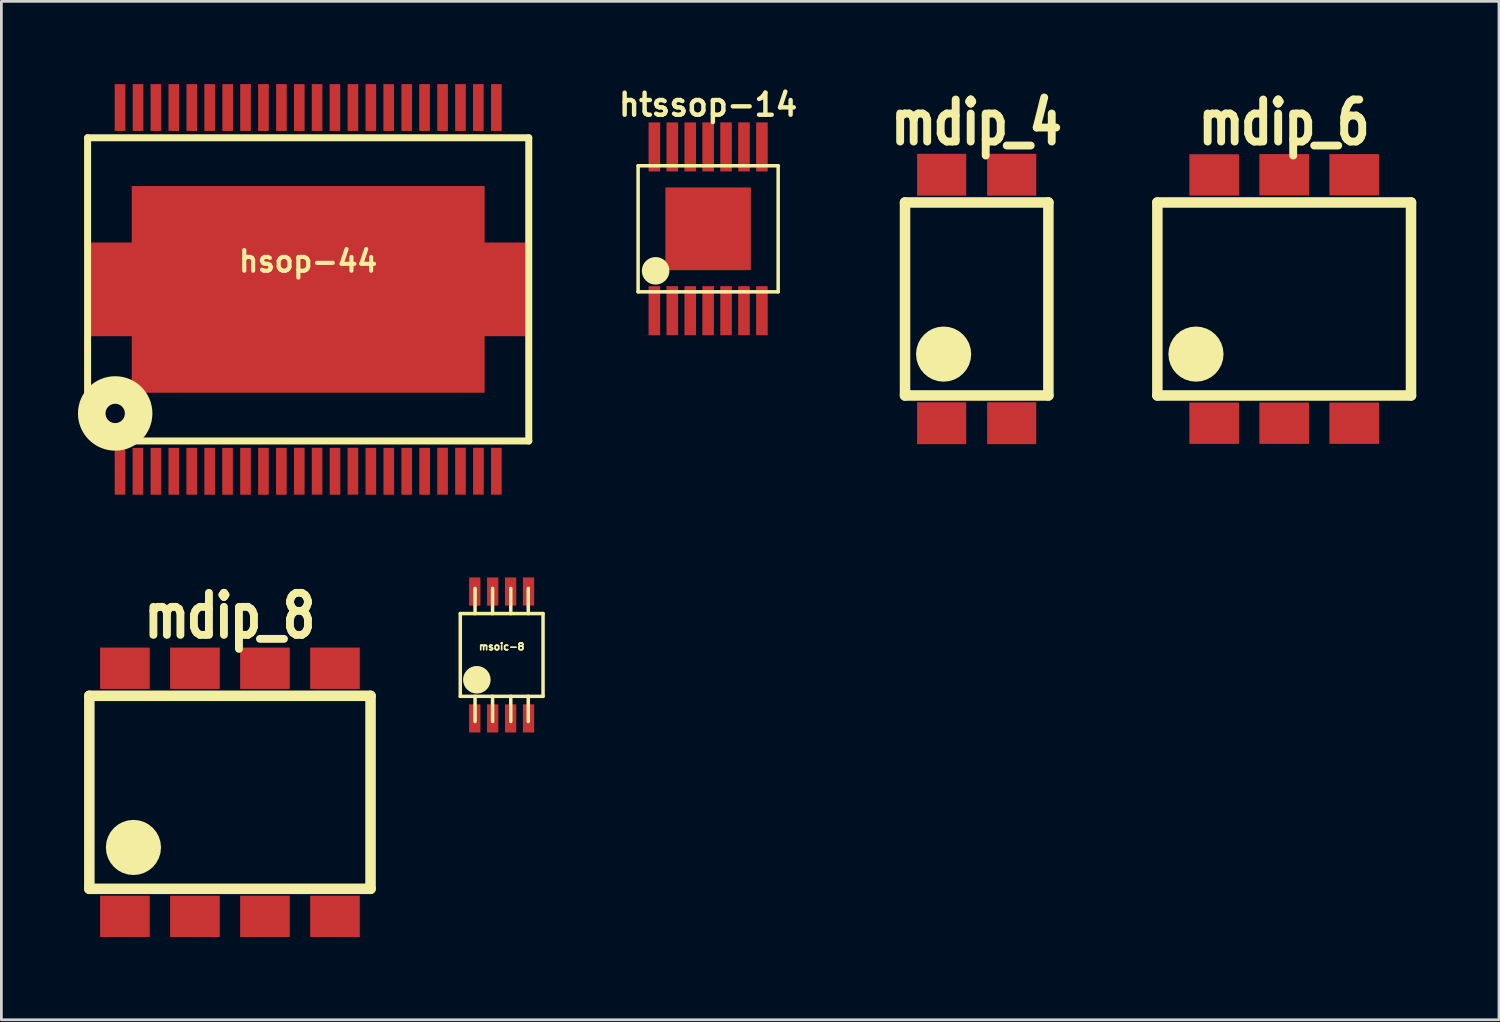
<source format=kicad_pcb>
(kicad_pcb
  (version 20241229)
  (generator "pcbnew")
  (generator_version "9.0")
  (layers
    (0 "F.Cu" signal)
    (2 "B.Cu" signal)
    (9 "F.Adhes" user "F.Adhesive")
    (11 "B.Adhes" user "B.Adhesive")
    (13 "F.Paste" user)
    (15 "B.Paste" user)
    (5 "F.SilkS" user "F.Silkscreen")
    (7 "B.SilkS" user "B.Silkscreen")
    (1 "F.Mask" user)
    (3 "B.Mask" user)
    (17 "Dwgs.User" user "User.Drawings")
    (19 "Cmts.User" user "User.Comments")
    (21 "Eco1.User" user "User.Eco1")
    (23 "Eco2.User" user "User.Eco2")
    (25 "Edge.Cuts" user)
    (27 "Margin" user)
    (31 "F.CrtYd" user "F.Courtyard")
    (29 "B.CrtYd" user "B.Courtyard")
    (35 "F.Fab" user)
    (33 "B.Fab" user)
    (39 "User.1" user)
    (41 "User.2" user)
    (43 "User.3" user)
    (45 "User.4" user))
  (footprint "mdip_8"
    (layer "F.Cu")
    (at 5.29 25.688)
    (property "Reference" "mdip_8" (at 0 -6.401 0) (layer "F.SilkS") (effects (font (size 1.524 1.143) (thickness 0.287))))
    (attr through_hole)
    (fp_line (start -5.1 -3.5) (end -5.1 3.5) (stroke (width 0.381) (type solid)) (layer "F.SilkS"))
    (fp_line (start -5.1 3.5) (end 5.1 3.5) (stroke (width 0.381) (type solid)) (layer "F.SilkS"))
    (fp_line (start 5.1 -3.5) (end -5.1 -3.5) (stroke (width 0.381) (type solid)) (layer "F.SilkS"))
    (fp_line (start 5.1 3.5) (end 5.1 -3.5) (stroke (width 0.381) (type solid)) (layer "F.SilkS"))
    (fp_circle (center -3.5 2) (end -3 2) (stroke (width 1) (type solid)) (fill no) (layer "F.SilkS"))
    (pad "1" smd rect (at -3.81 4.5) (size 1.8 1.5) (layers "F.Cu" "F.Mask" "F.Paste"))
    (pad "2" smd rect (at -1.27 4.5) (size 1.8 1.5) (layers "F.Cu" "F.Mask" "F.Paste"))
    (pad "3" smd rect (at 1.27 4.5) (size 1.8 1.5) (layers "F.Cu" "F.Mask" "F.Paste"))
    (pad "4" smd rect (at 3.81 4.5) (size 1.8 1.5) (layers "F.Cu" "F.Mask" "F.Paste"))
    (pad "5" smd rect (at 3.81 -4.5) (size 1.8 1.5) (layers "F.Cu" "F.Mask" "F.Paste"))
    (pad "6" smd rect (at 1.27 -4.5) (size 1.8 1.5) (layers "F.Cu" "F.Mask" "F.Paste"))
    (pad "7" smd rect (at -1.27 -4.5) (size 1.8 1.5) (layers "F.Cu" "F.Mask" "F.Paste"))
    (pad "8" smd rect (at -3.81 -4.5) (size 1.8 1.5) (layers "F.Cu" "F.Mask" "F.Paste")))
  (footprint "mdip_4"
    (layer "F.Cu")
    (at 32.376 7.794)
    (property "Reference" "mdip_4" (at 0 -6.401 0) (layer "F.SilkS") (effects (font (size 1.524 1.143) (thickness 0.287))))
    (attr through_hole)
    (fp_line (start -2.6 -3.5) (end -2.6 3.5) (stroke (width 0.381) (type solid)) (layer "F.SilkS"))
    (fp_line (start -2.6 3.5) (end 2.6 3.5) (stroke (width 0.381) (type solid)) (layer "F.SilkS"))
    (fp_line (start 2.6 -3.5) (end -2.6 -3.5) (stroke (width 0.381) (type solid)) (layer "F.SilkS"))
    (fp_line (start 2.6 3.5) (end 2.6 -3.5) (stroke (width 0.381) (type solid)) (layer "F.SilkS"))
    (fp_circle (center -1.2 2) (end -0.7 2) (stroke (width 1) (type solid)) (fill no) (layer "F.SilkS"))
    (pad "1" smd rect (at -1.27 4.506) (size 1.781 1.519) (layers "F.Cu" "F.Mask" "F.Paste"))
    (pad "2" smd rect (at 1.27 4.506) (size 1.781 1.519) (layers "F.Cu" "F.Mask" "F.Paste"))
    (pad "3" smd rect (at 1.27 -4.506) (size 1.781 1.519) (layers "F.Cu" "F.Mask" "F.Paste"))
    (pad "4" smd rect (at -1.27 -4.506) (size 1.781 1.519) (layers "F.Cu" "F.Mask" "F.Paste")))
  (footprint "htssop-14"
    (layer "F.Cu")
    (at 22.635 5.249)
    (property "Reference" "htssop-14" (at 0 -4.5 0) (layer "F.SilkS") (effects (font (size 0.8 0.8) (thickness 0.16))))
    (attr through_hole)
    (fp_line (start -2.54 -2.286) (end -2.54 2.286) (stroke (width 0.127) (type solid)) (layer "F.SilkS"))
    (fp_line (start -2.54 2.286) (end 2.54 2.286) (stroke (width 0.127) (type solid)) (layer "F.SilkS"))
    (fp_line (start 2.54 -2.286) (end -2.54 -2.286) (stroke (width 0.127) (type solid)) (layer "F.SilkS"))
    (fp_line (start 2.54 2.286) (end 2.54 -2.286) (stroke (width 0.127) (type solid)) (layer "F.SilkS"))
    (fp_circle (center -1.905 1.524) (end -1.655 1.524) (stroke (width 0.5) (type solid)) (fill no) (layer "F.SilkS"))
    (pad "1" smd rect (at -1.95 2.97) (size 0.42 1.78) (layers "F.Cu" "F.Mask" "F.Paste"))
    (pad "2" smd rect (at -1.3 2.97) (size 0.42 1.78) (layers "F.Cu" "F.Mask" "F.Paste"))
    (pad "3" smd rect (at -0.65 2.97) (size 0.42 1.78) (layers "F.Cu" "F.Mask" "F.Paste"))
    (pad "4" smd rect (at 0 2.97) (size 0.42 1.78) (layers "F.Cu" "F.Mask" "F.Paste"))
    (pad "5" smd rect (at 0.65 2.97) (size 0.42 1.78) (layers "F.Cu" "F.Mask" "F.Paste"))
    (pad "6" smd rect (at 1.3 2.97) (size 0.42 1.78) (layers "F.Cu" "F.Mask" "F.Paste"))
    (pad "7" smd rect (at 1.95 2.97) (size 0.42 1.78) (layers "F.Cu" "F.Mask" "F.Paste"))
    (pad "8" smd rect (at 1.95 -2.97) (size 0.42 1.78) (layers "F.Cu" "F.Mask" "F.Paste"))
    (pad "9" smd rect (at 1.3 -2.97) (size 0.42 1.78) (layers "F.Cu" "F.Mask" "F.Paste"))
    (pad "10" smd rect (at 0.65 -2.97) (size 0.42 1.78) (layers "F.Cu" "F.Mask" "F.Paste"))
    (pad "11" smd rect (at 0 -2.97) (size 0.42 1.78) (layers "F.Cu" "F.Mask" "F.Paste"))
    (pad "12" smd rect (at -0.65 -2.97) (size 0.42 1.78) (layers "F.Cu" "F.Mask" "F.Paste"))
    (pad "13" smd rect (at -1.3 -2.97) (size 0.42 1.78) (layers "F.Cu" "F.Mask" "F.Paste"))
    (pad "14" smd rect (at -1.95 -2.97) (size 0.42 1.78) (layers "F.Cu" "F.Mask" "F.Paste"))
    (pad "15" smd rect (at 0 0) (size 3.1 3) (layers "F.Cu" "F.Mask" "F.Paste")))
  (footprint "hsop-44"
    (layer "F.Cu")
    (at 8.128 7.446)
    (property "Reference" "hsop-44" (at 0 -1.016 0) (layer "F.SilkS") (effects (font (size 0.749 0.749) (thickness 0.15))))
    (attr through_hole)
    (fp_line (start -8.001 -5.499) (end -8.001 4.699) (stroke (width 0.254) (type solid)) (layer "F.SilkS"))
    (fp_line (start -8.001 -5.499) (end 8.001 -5.499) (stroke (width 0.254) (type solid)) (layer "F.SilkS"))
    (fp_line (start -7.201 5.499) (end -8.001 4.699) (stroke (width 0.254) (type solid)) (layer "F.SilkS"))
    (fp_line (start -7.201 5.499) (end 8.001 5.499) (stroke (width 0.254) (type solid)) (layer "F.SilkS"))
    (fp_line (start 8.001 5.499) (end 8.001 -5.499) (stroke (width 0.254) (type solid)) (layer "F.SilkS"))
    (fp_circle (center -7 4.5) (end -6.65 4.5) (stroke (width 1) (type solid)) (fill no) (layer "F.SilkS"))
    (pad "1" smd rect (at -6.825 6.596) (size 0.386 1.699) (layers "F.Cu" "F.Mask" "F.Paste"))
    (pad "2" smd rect (at -6.175 6.599) (size 0.386 1.699) (layers "F.Cu" "F.Mask" "F.Paste"))
    (pad "3" smd rect (at -5.524 6.599) (size 0.386 1.699) (layers "F.Cu" "F.Mask" "F.Paste"))
    (pad "4" smd rect (at -4.874 6.599) (size 0.386 1.699) (layers "F.Cu" "F.Mask" "F.Paste"))
    (pad "5" smd rect (at -4.224 6.599) (size 0.386 1.699) (layers "F.Cu" "F.Mask" "F.Paste"))
    (pad "6" smd rect (at -3.574 6.599) (size 0.386 1.699) (layers "F.Cu" "F.Mask" "F.Paste"))
    (pad "7" smd rect (at -2.924 6.599) (size 0.386 1.699) (layers "F.Cu" "F.Mask" "F.Paste"))
    (pad "8" smd rect (at -2.273 6.599) (size 0.386 1.699) (layers "F.Cu" "F.Mask" "F.Paste"))
    (pad "9" smd rect (at -1.623 6.599) (size 0.386 1.699) (layers "F.Cu" "F.Mask" "F.Paste"))
    (pad "10" smd rect (at -0.973 6.599) (size 0.386 1.699) (layers "F.Cu" "F.Mask" "F.Paste"))
    (pad "11" smd rect (at -0.323 6.596) (size 0.386 1.699) (layers "F.Cu" "F.Mask" "F.Paste"))
    (pad "12" smd rect (at 0.323 6.596) (size 0.386 1.699) (layers "F.Cu" "F.Mask" "F.Paste"))
    (pad "13" smd rect (at 0.973 6.599) (size 0.386 1.699) (layers "F.Cu" "F.Mask" "F.Paste"))
    (pad "14" smd rect (at 1.623 6.596) (size 0.386 1.699) (layers "F.Cu" "F.Mask" "F.Paste"))
    (pad "15" smd rect (at 2.273 6.599) (size 0.386 1.699) (layers "F.Cu" "F.Mask" "F.Paste"))
    (pad "16" smd rect (at 2.924 6.599) (size 0.386 1.699) (layers "F.Cu" "F.Mask" "F.Paste"))
    (pad "17" smd rect (at 3.574 6.599) (size 0.386 1.699) (layers "F.Cu" "F.Mask" "F.Paste"))
    (pad "18" smd rect (at 4.224 6.599) (size 0.386 1.699) (layers "F.Cu" "F.Mask" "F.Paste"))
    (pad "19" smd rect (at 4.874 6.596) (size 0.386 1.699) (layers "F.Cu" "F.Mask" "F.Paste"))
    (pad "20" smd rect (at 5.524 6.596) (size 0.386 1.699) (layers "F.Cu" "F.Mask" "F.Paste"))
    (pad "21" smd rect (at 6.175 6.596) (size 0.386 1.699) (layers "F.Cu" "F.Mask" "F.Paste"))
    (pad "22" smd rect (at 6.825 6.596) (size 0.386 1.699) (layers "F.Cu" "F.Mask" "F.Paste"))
    (pad "23" smd rect (at 6.825 -6.596) (size 0.386 1.699) (layers "F.Cu" "F.Mask" "F.Paste"))
    (pad "24" smd rect (at 6.172 -6.596) (size 0.386 1.699) (layers "F.Cu" "F.Mask" "F.Paste"))
    (pad "25" smd rect (at 5.524 -6.596) (size 0.386 1.699) (layers "F.Cu" "F.Mask" "F.Paste"))
    (pad "26" smd rect (at 4.874 -6.596) (size 0.386 1.699) (layers "F.Cu" "F.Mask" "F.Paste"))
    (pad "27" smd rect (at 4.221 -6.596) (size 0.386 1.699) (layers "F.Cu" "F.Mask" "F.Paste"))
    (pad "28" smd rect (at 3.574 -6.596) (size 0.386 1.699) (layers "F.Cu" "F.Mask" "F.Paste"))
    (pad "29" smd rect (at 2.921 -6.596) (size 0.386 1.699) (layers "F.Cu" "F.Mask" "F.Paste"))
    (pad "30" smd rect (at 2.273 -6.596) (size 0.386 1.699) (layers "F.Cu" "F.Mask" "F.Paste"))
    (pad "31" smd rect (at 1.623 -6.596) (size 0.386 1.699) (layers "F.Cu" "F.Mask" "F.Paste"))
    (pad "32" smd rect (at 0.97 -6.596) (size 0.386 1.699) (layers "F.Cu" "F.Mask" "F.Paste"))
    (pad "33" smd rect (at 0.323 -6.596) (size 0.386 1.699) (layers "F.Cu" "F.Mask" "F.Paste"))
    (pad "34" smd rect (at -0.323 -6.596) (size 0.386 1.699) (layers "F.Cu" "F.Mask" "F.Paste"))
    (pad "35" smd rect (at -0.97 -6.596) (size 0.386 1.699) (layers "F.Cu" "F.Mask" "F.Paste"))
    (pad "36" smd rect (at -1.623 -6.596) (size 0.386 1.699) (layers "F.Cu" "F.Mask" "F.Paste"))
    (pad "37" smd rect (at -2.273 -6.596) (size 0.386 1.699) (layers "F.Cu" "F.Mask" "F.Paste"))
    (pad "38" smd rect (at -2.921 -6.596) (size 0.386 1.699) (layers "F.Cu" "F.Mask" "F.Paste"))
    (pad "39" smd rect (at -3.574 -6.596) (size 0.386 1.699) (layers "F.Cu" "F.Mask" "F.Paste"))
    (pad "40" smd rect (at -4.221 -6.596) (size 0.386 1.699) (layers "F.Cu" "F.Mask" "F.Paste"))
    (pad "41" smd rect (at -4.874 -6.596) (size 0.386 1.699) (layers "F.Cu" "F.Mask" "F.Paste"))
    (pad "42" smd rect (at -5.524 -6.596) (size 0.386 1.699) (layers "F.Cu" "F.Mask" "F.Paste"))
    (pad "43" smd rect (at -6.172 -6.596) (size 0.386 1.699) (layers "F.Cu" "F.Mask" "F.Paste"))
    (pad "44" smd rect (at -6.825 -6.596) (size 0.386 1.699) (layers "F.Cu" "F.Mask" "F.Paste"))
    (pad "45" smd rect (at 0 0) (size 12.799 7.498) (layers "F.Cu" "F.Mask" "F.Paste"))
    (pad "45" smd rect (at 0 0) (size 16.099 3.399) (layers "F.Cu" "F.Mask" "F.Paste")))
  (footprint "mdip_6"
    (layer "F.Cu")
    (at 43.529 7.794)
    (property "Reference" "mdip_6" (at 0 -6.401 0) (layer "F.SilkS") (effects (font (size 1.524 1.143) (thickness 0.287))))
    (attr through_hole)
    (fp_line (start -4.6 -3.5) (end -4.6 3.5) (stroke (width 0.381) (type solid)) (layer "F.SilkS"))
    (fp_line (start -4.6 3.5) (end 4.6 3.5) (stroke (width 0.381) (type solid)) (layer "F.SilkS"))
    (fp_line (start 4.6 -3.5) (end -4.6 -3.5) (stroke (width 0.381) (type solid)) (layer "F.SilkS"))
    (fp_line (start 4.6 3.5) (end 4.6 -3.5) (stroke (width 0.381) (type solid)) (layer "F.SilkS"))
    (fp_circle (center -3.2 2) (end -2.7 2) (stroke (width 1) (type solid)) (fill no) (layer "F.SilkS"))
    (pad "1" smd rect (at -2.54 4.506) (size 1.8 1.5) (layers "F.Cu" "F.Mask" "F.Paste"))
    (pad "2" smd rect (at 0 4.506) (size 1.8 1.5) (layers "F.Cu" "F.Mask" "F.Paste"))
    (pad "3" smd rect (at 2.54 4.506) (size 1.8 1.5) (layers "F.Cu" "F.Mask" "F.Paste"))
    (pad "4" smd rect (at 2.54 -4.506) (size 1.8 1.5) (layers "F.Cu" "F.Mask" "F.Paste"))
    (pad "5" smd rect (at 0 -4.506) (size 1.8 1.5) (layers "F.Cu" "F.Mask" "F.Paste"))
    (pad "6" smd rect (at -2.54 -4.5) (size 1.8 1.5) (layers "F.Cu" "F.Mask" "F.Paste")))
  (footprint "msoic-8"
    (layer "F.Cu")
    (at 15.146 20.706)
    (property "Reference" "msoic-8" (at 0 -0.3 0) (layer "F.SilkS") (effects (font (size 0.249 0.249) (thickness 0.061))))
    (attr through_hole)
    (fp_line (start -1.501 -1.501) (end -1.501 1.501) (stroke (width 0.127) (type solid)) (layer "F.SilkS"))
    (fp_line (start -1.501 1.501) (end 1.501 1.501) (stroke (width 0.127) (type solid)) (layer "F.SilkS"))
    (fp_line (start -0.965 -1.499) (end -0.965 -2.413) (stroke (width 0.127) (type solid)) (layer "F.SilkS"))
    (fp_line (start -0.965 1.499) (end -0.965 2.413) (stroke (width 0.127) (type solid)) (layer "F.SilkS"))
    (fp_line (start -0.33 -1.499) (end -0.33 -2.413) (stroke (width 0.127) (type solid)) (layer "F.SilkS"))
    (fp_line (start -0.33 1.499) (end -0.33 2.413) (stroke (width 0.127) (type solid)) (layer "F.SilkS"))
    (fp_line (start 0.33 -1.499) (end 0.33 -2.413) (stroke (width 0.127) (type solid)) (layer "F.SilkS"))
    (fp_line (start 0.33 1.499) (end 0.33 2.413) (stroke (width 0.127) (type solid)) (layer "F.SilkS"))
    (fp_line (start 0.965 -1.499) (end 0.965 -2.413) (stroke (width 0.127) (type solid)) (layer "F.SilkS"))
    (fp_line (start 0.965 1.499) (end 0.965 2.413) (stroke (width 0.127) (type solid)) (layer "F.SilkS"))
    (fp_line (start 1.501 -1.501) (end -1.501 -1.501) (stroke (width 0.127) (type solid)) (layer "F.SilkS"))
    (fp_line (start 1.501 1.501) (end 1.501 -1.501) (stroke (width 0.127) (type solid)) (layer "F.SilkS"))
    (fp_circle (center -0.9 0.9) (end -0.65 0.9) (stroke (width 0.5) (type solid)) (fill no) (layer "F.SilkS"))
    (pad "1" smd rect (at -0.975 2.301) (size 0.409 1.021) (layers "F.Cu" "F.Mask" "F.Paste"))
    (pad "2" smd rect (at -0.325 2.301) (size 0.409 1.021) (layers "F.Cu" "F.Mask" "F.Paste"))
    (pad "3" smd rect (at 0.325 2.301) (size 0.409 1.021) (layers "F.Cu" "F.Mask" "F.Paste"))
    (pad "4" smd rect (at 0.975 2.301) (size 0.409 1.021) (layers "F.Cu" "F.Mask" "F.Paste"))
    (pad "5" smd rect (at 0.975 -2.301) (size 0.409 1.021) (layers "F.Cu" "F.Mask" "F.Paste"))
    (pad "6" smd rect (at 0.325 -2.301) (size 0.409 1.021) (layers "F.Cu" "F.Mask" "F.Paste"))
    (pad "7" smd rect (at -0.325 -2.301) (size 0.409 1.021) (layers "F.Cu" "F.Mask" "F.Paste"))
    (pad "8" smd rect (at -0.975 -2.301) (size 0.409 1.021) (layers "F.Cu" "F.Mask" "F.Paste")))
  (gr_rect
    (start -3 -3)
    (end 51.32 33.938)
    (stroke (width 0.1) (type default))
    (fill no)
    (layer "Edge.Cuts")))
</source>
